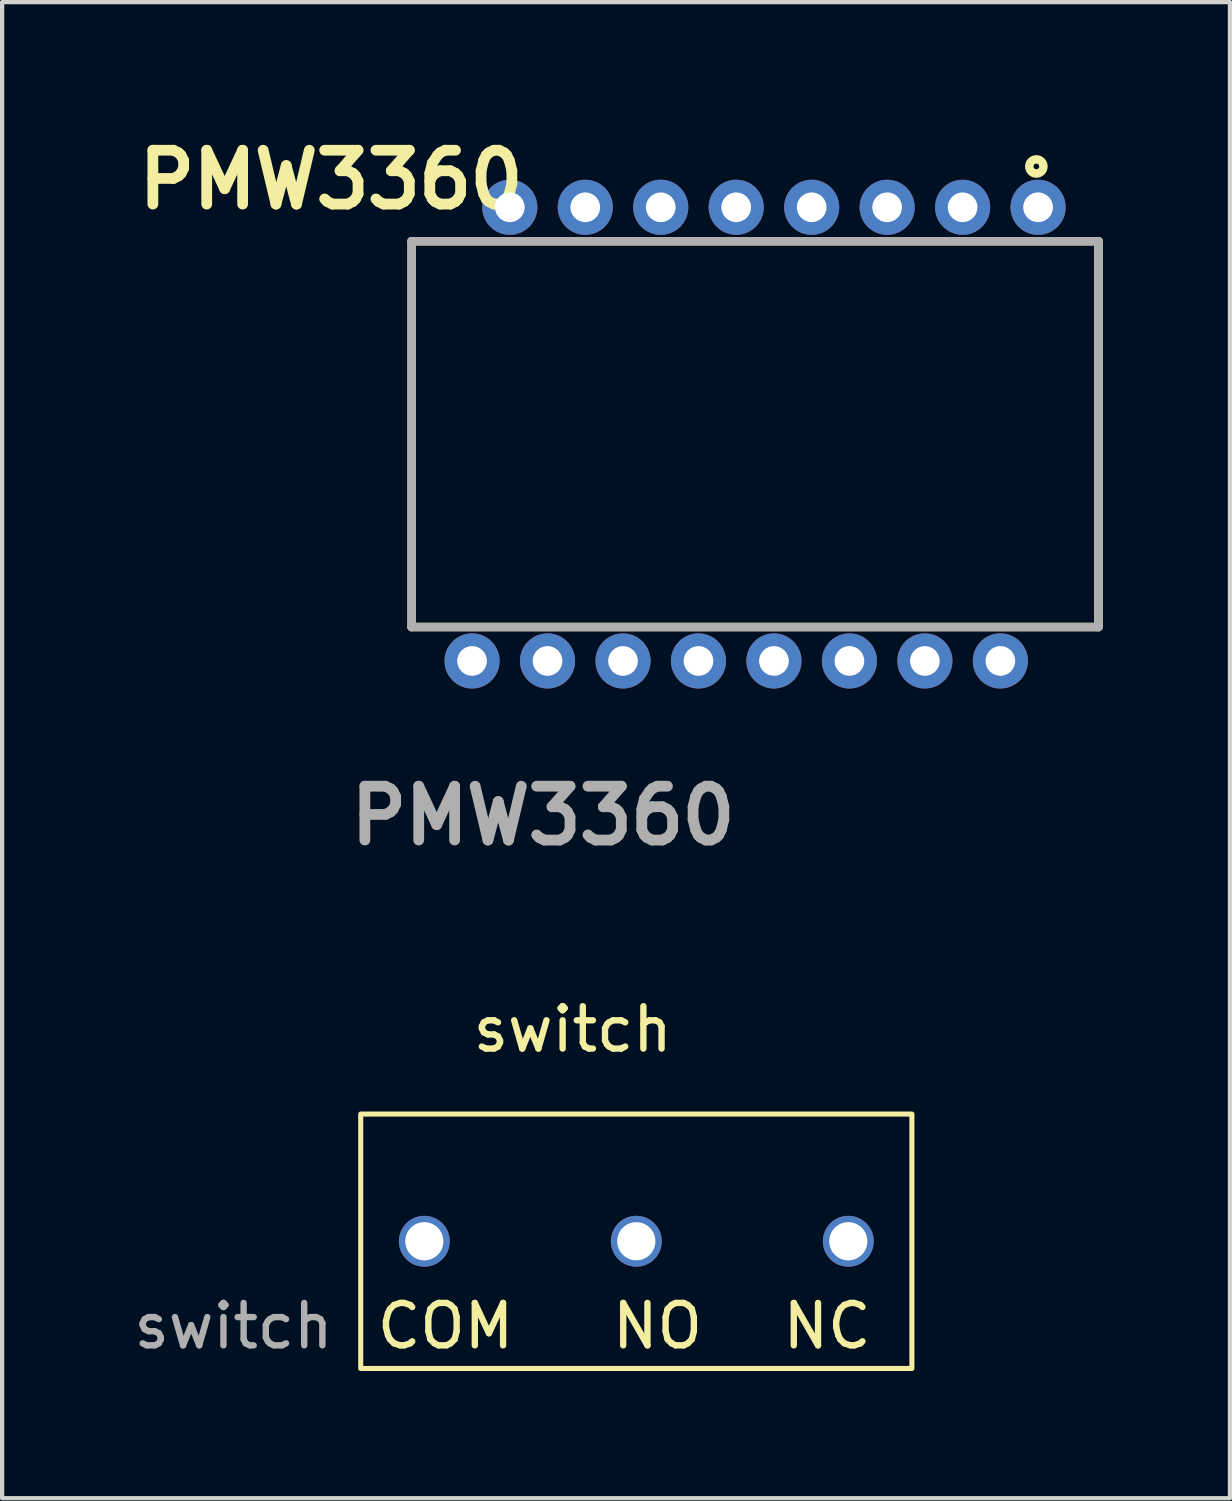
<source format=kicad_pcb>
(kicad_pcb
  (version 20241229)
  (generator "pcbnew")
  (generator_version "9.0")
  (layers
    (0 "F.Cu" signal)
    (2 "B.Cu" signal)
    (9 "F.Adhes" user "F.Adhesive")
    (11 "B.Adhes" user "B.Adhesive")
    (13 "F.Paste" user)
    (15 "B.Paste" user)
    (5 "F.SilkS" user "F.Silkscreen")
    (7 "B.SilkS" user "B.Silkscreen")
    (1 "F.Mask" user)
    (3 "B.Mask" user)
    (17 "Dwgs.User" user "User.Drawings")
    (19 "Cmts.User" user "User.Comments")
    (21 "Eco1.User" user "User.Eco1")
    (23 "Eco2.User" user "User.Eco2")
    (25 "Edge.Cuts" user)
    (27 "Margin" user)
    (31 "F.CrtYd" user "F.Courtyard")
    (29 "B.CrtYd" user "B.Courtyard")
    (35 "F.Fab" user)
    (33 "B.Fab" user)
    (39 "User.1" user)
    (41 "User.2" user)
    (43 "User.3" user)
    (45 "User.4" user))
  (footprint "switch"
    (layer "F.Cu")
    (at 5.458 23.226)
    (property "Reference" "switch" (at 5 -2 0) (unlocked yes) (layer "F.SilkS") (effects (font (size 1 1) (thickness 0.15))))
    (attr smd)
    (fp_rect (start 0 0) (end 13 6) (stroke (width 0.12) (type solid)) (fill no) (layer "F.SilkS"))
    (fp_text user "COM" (at 2 5 0) (unlocked yes) (layer "F.SilkS") (effects (font (size 1 1) (thickness 0.15))))
    (fp_text user "NC" (at 11 5 0) (unlocked yes) (layer "F.SilkS") (effects (font (size 1 1) (thickness 0.15))))
    (fp_text user "NO" (at 7 5 0) (unlocked yes) (layer "F.SilkS") (effects (font (size 1 1) (thickness 0.15))))
    (fp_text user "${REFERENCE}" (at -3 5 0) (unlocked yes) (layer "F.Fab") (effects (font (size 1 1) (thickness 0.15))))
    (pad "1" thru_hole circle (at 1.5 3) (size 1.2 1.2) (drill 0.9) (layers "*.Cu" "*.Mask"))
    (pad "2" thru_hole circle (at 6.5 3) (size 1.2 1.2) (drill 0.9) (layers "*.Cu" "*.Mask"))
    (pad "3" thru_hole circle (at 11.5 3) (size 1.2 1.2) (drill 0.9) (layers "*.Cu" "*.Mask")))
  (footprint "PMW3360"
    (layer "F.Cu")
    (at 14.759 7.189)
    (property "Reference" "PMW3360" (at -10 -6 0) (layer "F.SilkS") (effects (font (size 1.27 1.27) (thickness 0.254))))
    (attr through_hole)
    (fp_line (start -8.1 -4.55) (end -8.1 4.55) (stroke (width 0.2) (type solid)) (layer "F.SilkS"))
    (fp_line (start -8.1 4.55) (end 8.1 4.55) (stroke (width 0.2) (type solid)) (layer "F.SilkS"))
    (fp_line (start 8.1 -4.55) (end -8.1 -4.55) (stroke (width 0.2) (type solid)) (layer "F.SilkS"))
    (fp_line (start 8.1 4.55) (end 8.1 -4.55) (stroke (width 0.2) (type solid)) (layer "F.SilkS"))
    (fp_circle (center 6.634 -6.313) (end 6.634 -6.246) (stroke (width 0.2) (type solid)) (fill no) (layer "F.SilkS"))
    (fp_line (start -8.1 -4.55) (end 8.1 -4.55) (stroke (width 0.2) (type solid)) (layer "F.Fab"))
    (fp_line (start -8.1 4.55) (end -8.1 -4.55) (stroke (width 0.2) (type solid)) (layer "F.Fab"))
    (fp_line (start 8.1 -4.55) (end 8.1 4.55) (stroke (width 0.2) (type solid)) (layer "F.Fab"))
    (fp_line (start 8.1 4.55) (end -8.1 4.55) (stroke (width 0.2) (type solid)) (layer "F.Fab"))
    (fp_text user "PMW3360" (at -5 9 0) (layer "F.Fab") (effects (font (size 1.27 1.27) (thickness 0.254))))
    (pad "1" thru_hole circle (at 6.675 -5.35) (size 1.3 1.3) (drill 0.7) (layers "*.Cu" "*.Mask"))
    (pad "2" thru_hole circle (at 4.895 -5.35) (size 1.3 1.3) (drill 0.7) (layers "*.Cu" "*.Mask"))
    (pad "3" thru_hole circle (at 3.115 -5.35) (size 1.3 1.3) (drill 0.7) (layers "*.Cu" "*.Mask"))
    (pad "4" thru_hole circle (at 1.335 -5.35) (size 1.3 1.3) (drill 0.7) (layers "*.Cu" "*.Mask"))
    (pad "5" thru_hole circle (at -0.445 -5.35) (size 1.3 1.3) (drill 0.7) (layers "*.Cu" "*.Mask"))
    (pad "6" thru_hole circle (at -2.225 -5.35) (size 1.3 1.3) (drill 0.7) (layers "*.Cu" "*.Mask"))
    (pad "7" thru_hole circle (at -4.005 -5.35) (size 1.3 1.3) (drill 0.7) (layers "*.Cu" "*.Mask"))
    (pad "8" thru_hole circle (at -5.785 -5.35) (size 1.3 1.3) (drill 0.7) (layers "*.Cu" "*.Mask"))
    (pad "9" thru_hole circle (at -6.675 5.35) (size 1.3 1.3) (drill 0.7) (layers "*.Cu" "*.Mask"))
    (pad "10" thru_hole circle (at -4.895 5.35) (size 1.3 1.3) (drill 0.7) (layers "*.Cu" "*.Mask"))
    (pad "11" thru_hole circle (at -3.115 5.35) (size 1.3 1.3) (drill 0.7) (layers "*.Cu" "*.Mask"))
    (pad "12" thru_hole circle (at -1.335 5.35) (size 1.3 1.3) (drill 0.7) (layers "*.Cu" "*.Mask"))
    (pad "13" thru_hole circle (at 0.445 5.35) (size 1.3 1.3) (drill 0.7) (layers "*.Cu" "*.Mask"))
    (pad "14" thru_hole circle (at 2.225 5.35) (size 1.3 1.3) (drill 0.7) (layers "*.Cu" "*.Mask"))
    (pad "15" thru_hole circle (at 4.005 5.35) (size 1.3 1.3) (drill 0.7) (layers "*.Cu" "*.Mask"))
    (pad "16" thru_hole circle (at 5.785 5.35) (size 1.3 1.3) (drill 0.7) (layers "*.Cu" "*.Mask")))
  (gr_rect
    (start -3 -3)
    (end 25.959 32.286)
    (stroke (width 0.1) (type default))
    (fill no)
    (layer "Edge.Cuts")))
</source>
